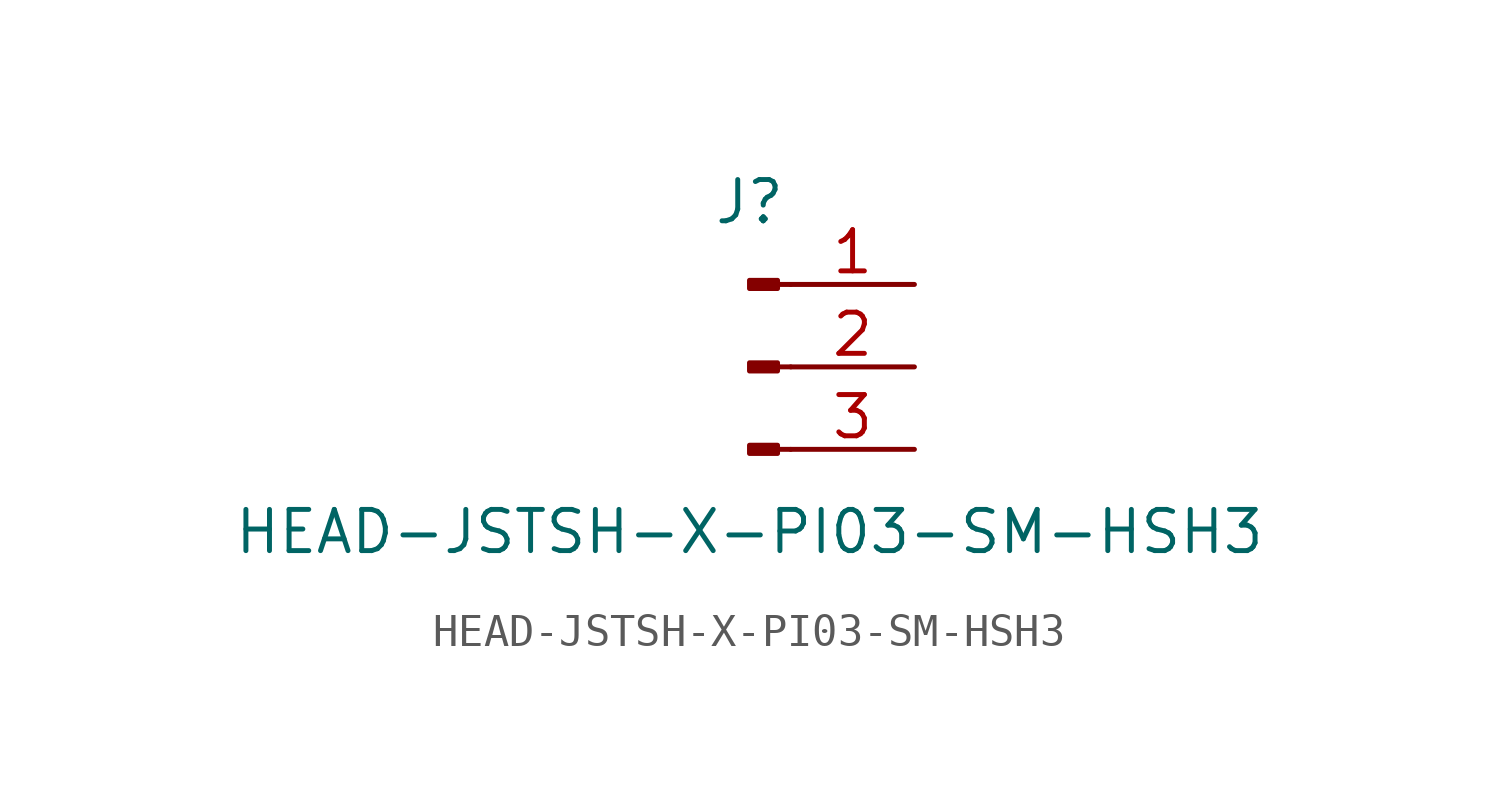
<source format=kicad_sym>
(kicad_symbol_lib
  (version 20211014)
  (generator kicad_symbol_editor)
  (symbol "HEAD-JSTSH-X-PI03-SM-HSH3"
    (pin_names
      (offset 1.016) hide)
    (property "Reference" "J"
      (at 0 5.08 0)
      (effects (font (size 1.27 1.27))))
    (property "Value" "HEAD-JSTSH-X-PI03-SM-HSH3"
      (at 0 -5.08 0)
      (effects (font (size 1.27 1.27))))
    (symbol "HEAD-JSTSH-X-PI03-SM-HSH3_1_1"
      (polyline (pts (xy 1.27 -2.54) (xy 0.864 -2.54)) (stroke (width 0.152) (type default) (color 0 0 0 0)) (fill (type none)))
      (polyline (pts (xy 1.27 0) (xy 0.864 0)) (stroke (width 0.152) (type default) (color 0 0 0 0)) (fill (type none)))
      (polyline (pts (xy 1.27 2.54) (xy 0.864 2.54)) (stroke (width 0.152) (type default) (color 0 0 0 0)) (fill (type none)))
      (rectangle (start 0.864 -2.413) (end 0 -2.667) (stroke (width 0.152) (type default) (color 0 0 0 0)) (fill (type outline)))
      (rectangle (start 0.864 0.127) (end 0 -0.127) (stroke (width 0.152) (type default) (color 0 0 0 0)) (fill (type outline)))
      (rectangle (start 0.864 2.667) (end 0 2.413) (stroke (width 0.152) (type default) (color 0 0 0 0)) (fill (type outline)))
      (pin passive line (at 5.08 2.54 180) (length 3.81) (name "Pin_1" (effects (font (size 1.27 1.27)))) (number "1" (effects (font (size 1.27 1.27)))))
      (pin passive line (at 5.08 0 180) (length 3.81) (name "Pin_2" (effects (font (size 1.27 1.27)))) (number "2" (effects (font (size 1.27 1.27)))))
      (pin passive line (at 5.08 -2.54 180) (length 3.81) (name "Pin_3" (effects (font (size 1.27 1.27)))) (number "3" (effects (font (size 1.27 1.27))))))))
</source>
